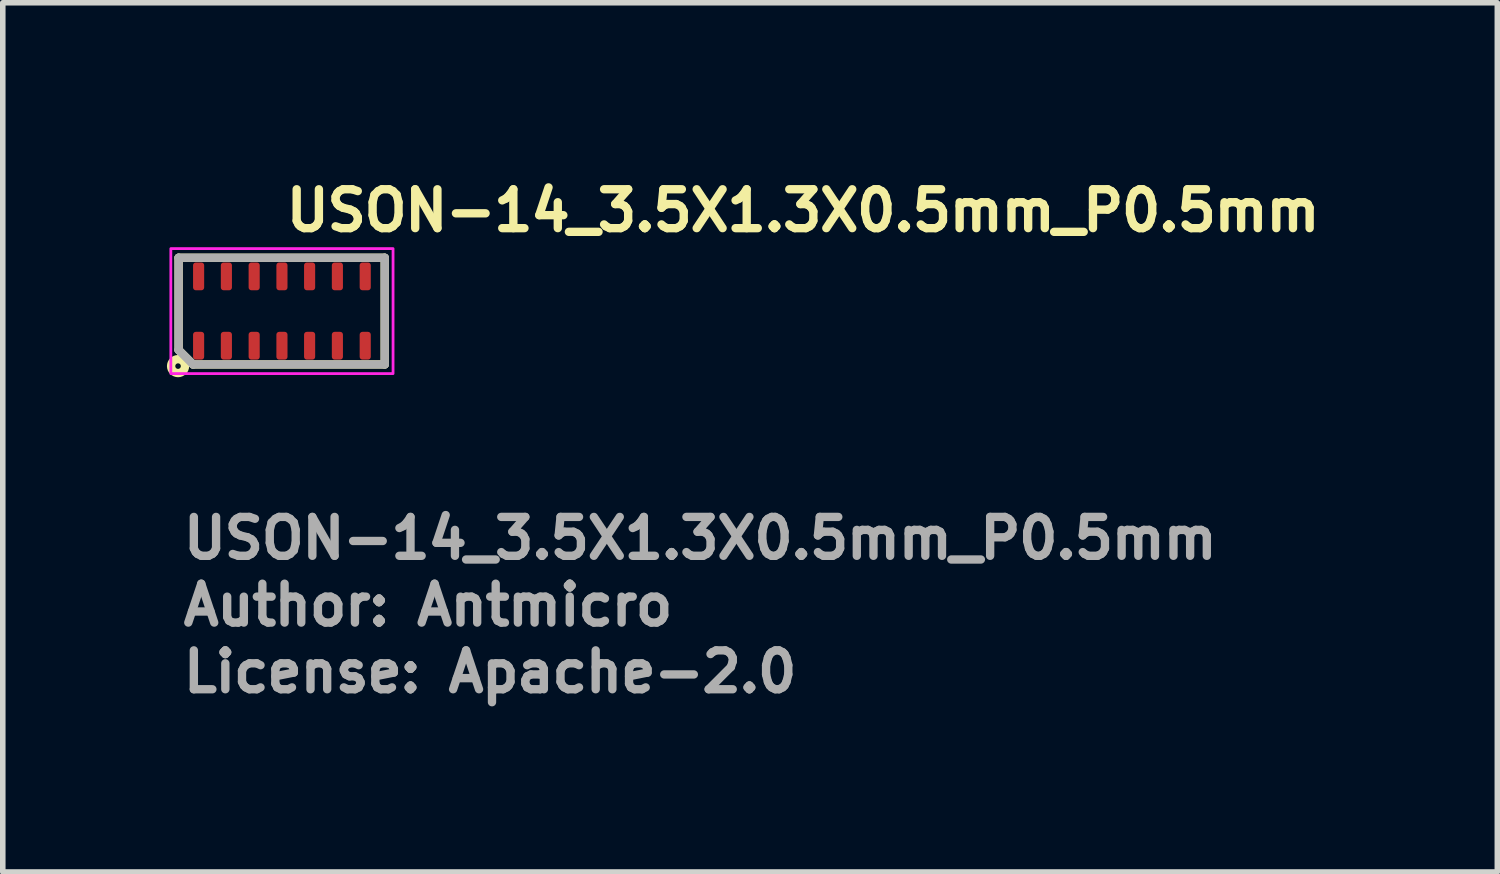
<source format=kicad_pcb>
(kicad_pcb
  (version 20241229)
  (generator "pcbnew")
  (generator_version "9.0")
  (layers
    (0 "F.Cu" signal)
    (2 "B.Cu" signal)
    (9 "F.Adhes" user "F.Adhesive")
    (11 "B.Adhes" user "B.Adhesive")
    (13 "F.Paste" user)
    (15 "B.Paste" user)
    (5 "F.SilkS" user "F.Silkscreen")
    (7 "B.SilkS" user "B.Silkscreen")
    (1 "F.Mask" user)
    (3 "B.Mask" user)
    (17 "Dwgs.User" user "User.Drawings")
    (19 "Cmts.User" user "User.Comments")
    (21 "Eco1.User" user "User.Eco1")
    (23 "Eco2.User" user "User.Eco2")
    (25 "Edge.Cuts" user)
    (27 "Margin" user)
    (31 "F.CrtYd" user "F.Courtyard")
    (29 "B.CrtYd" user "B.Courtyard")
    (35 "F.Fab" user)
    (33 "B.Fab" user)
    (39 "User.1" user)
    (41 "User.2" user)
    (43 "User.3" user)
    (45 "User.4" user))
  (footprint "USON-14_3.5X1.3X0.5mm_P0.5mm"
    (layer "F.Cu")
    (at 2.025 2.55)
    (property "Reference" "USON-14_3.5X1.3X0.5mm_P0.5mm" (at 0 -1.4 180) (layer "F.SilkS") (effects (font (size 0.7 0.7) (thickness 0.15)) (justify left bottom)))
    (attr smd)
    (fp_line (start -1.86 -0.96) (end 1.85 -0.96) (stroke (width 0.15) (type solid)) (layer "F.SilkS"))
    (fp_line (start -1.86 0.7) (end -1.86 -0.96) (stroke (width 0.15) (type solid)) (layer "F.SilkS"))
    (fp_line (start -1.86 0.7) (end -1.6 0.96) (stroke (width 0.15) (type default)) (layer "F.SilkS"))
    (fp_line (start 1.85 -0.96) (end 1.85 0.96) (stroke (width 0.15) (type solid)) (layer "F.SilkS"))
    (fp_line (start 1.85 0.96) (end -1.6 0.96) (stroke (width 0.15) (type solid)) (layer "F.SilkS"))
    (fp_circle (center -1.87 0.99) (end -1.82 0.99) (stroke (width 0.15) (type solid)) (fill no) (layer "F.SilkS"))
    (fp_rect (start -2 -1.125) (end 2 1.125) (stroke (width 0.05) (type solid)) (fill no) (layer "F.CrtYd"))
    (fp_line (start -1.86 -0.96) (end -1.86 0.7) (stroke (width 0.15) (type solid)) (layer "F.Fab"))
    (fp_line (start -1.86 0.7) (end -1.6 0.96) (stroke (width 0.15) (type default)) (layer "F.Fab"))
    (fp_line (start -1.6 0.96) (end 1.85 0.96) (stroke (width 0.15) (type solid)) (layer "F.Fab"))
    (fp_line (start 1.85 -0.96) (end -1.86 -0.96) (stroke (width 0.15) (type solid)) (layer "F.Fab"))
    (fp_line (start 1.85 0.96) (end 1.85 -0.96) (stroke (width 0.15) (type solid)) (layer "F.Fab"))
    (fp_rect (start -1.75 -0.687) (end 1.749 0.685) (stroke (width 0.1) (type solid)) (fill no) (layer "User.5"))
    (fp_line (start -1.75 -0.677) (end -1.75 0.675) (stroke (width 0.02) (type solid)) (layer "User.9"))
    (fp_line (start -1.75 0.675) (end 1.749 0.675) (stroke (width 0.02) (type solid)) (layer "User.9"))
    (fp_line (start -1.601 -0.687) (end -1.601 -0.677) (stroke (width 0.02) (type solid)) (layer "User.9"))
    (fp_line (start -1.601 0.675) (end -1.601 0.685) (stroke (width 0.02) (type solid)) (layer "User.9"))
    (fp_line (start -1.601 0.685) (end -1.401 0.685) (stroke (width 0.02) (type solid)) (layer "User.9"))
    (fp_line (start -1.594 0.341) (end -1.594 0.348) (stroke (width 0.02) (type solid)) (layer "User.9"))
    (fp_line (start -1.594 0.348) (end -1.594 0.356) (stroke (width 0.02) (type solid)) (layer "User.9"))
    (fp_line (start -1.594 0.356) (end -1.594 0.363) (stroke (width 0.02) (type solid)) (layer "User.9"))
    (fp_line (start -1.594 0.364) (end -1.594 0.371) (stroke (width 0.02) (type solid)) (layer "User.9"))
    (fp_line (start -1.594 0.371) (end -1.594 0.378) (stroke (width 0.02) (type solid)) (layer "User.9"))
    (fp_line (start -1.594 0.378) (end -1.594 0.385) (stroke (width 0.02) (type solid)) (layer "User.9"))
    (fp_line (start -1.594 0.385) (end -1.592 0.393) (stroke (width 0.02) (type solid)) (layer "User.9"))
    (fp_line (start -1.592 0.332) (end -1.594 0.341) (stroke (width 0.02) (type solid)) (layer "User.9"))
    (fp_line (start -1.592 0.393) (end -1.59 0.4) (stroke (width 0.02) (type solid)) (layer "User.9"))
    (fp_line (start -1.59 0.325) (end -1.592 0.332) (stroke (width 0.02) (type solid)) (layer "User.9"))
    (fp_line (start -1.59 0.4) (end -1.588 0.408) (stroke (width 0.02) (type solid)) (layer "User.9"))
    (fp_line (start -1.588 0.318) (end -1.59 0.325) (stroke (width 0.02) (type solid)) (layer "User.9"))
    (fp_line (start -1.588 0.408) (end -1.586 0.415) (stroke (width 0.02) (type solid)) (layer "User.9"))
    (fp_line (start -1.586 0.311) (end -1.588 0.318) (stroke (width 0.02) (type solid)) (layer "User.9"))
    (fp_line (start -1.586 0.415) (end -1.584 0.422) (stroke (width 0.02) (type solid)) (layer "User.9"))
    (fp_line (start -1.584 0.305) (end -1.586 0.311) (stroke (width 0.02) (type solid)) (layer "User.9"))
    (fp_line (start -1.584 0.422) (end -1.58 0.429) (stroke (width 0.02) (type solid)) (layer "User.9"))
    (fp_line (start -1.58 0.298) (end -1.584 0.305) (stroke (width 0.02) (type solid)) (layer "User.9"))
    (fp_line (start -1.58 0.429) (end -1.576 0.435) (stroke (width 0.02) (type solid)) (layer "User.9"))
    (fp_line (start -1.576 0.292) (end -1.58 0.298) (stroke (width 0.02) (type solid)) (layer "User.9"))
    (fp_line (start -1.576 0.435) (end -1.574 0.44) (stroke (width 0.02) (type solid)) (layer "User.9"))
    (fp_line (start -1.574 0.286) (end -1.576 0.292) (stroke (width 0.02) (type solid)) (layer "User.9"))
    (fp_line (start -1.574 0.44) (end -1.57 0.446) (stroke (width 0.02) (type solid)) (layer "User.9"))
    (fp_line (start -1.57 0.28) (end -1.574 0.286) (stroke (width 0.02) (type solid)) (layer "User.9"))
    (fp_line (start -1.57 0.446) (end -1.566 0.452) (stroke (width 0.02) (type solid)) (layer "User.9"))
    (fp_line (start -1.566 0.273) (end -1.57 0.28) (stroke (width 0.02) (type solid)) (layer "User.9"))
    (fp_line (start -1.566 0.452) (end -1.56 0.458) (stroke (width 0.02) (type solid)) (layer "User.9"))
    (fp_line (start -1.56 0.267) (end -1.566 0.273) (stroke (width 0.02) (type solid)) (layer "User.9"))
    (fp_line (start -1.56 0.458) (end -1.556 0.463) (stroke (width 0.02) (type solid)) (layer "User.9"))
    (fp_line (start -1.556 0.262) (end -1.56 0.267) (stroke (width 0.02) (type solid)) (layer "User.9"))
    (fp_line (start -1.556 0.463) (end -1.552 0.47) (stroke (width 0.02) (type solid)) (layer "User.9"))
    (fp_line (start -1.552 0.256) (end -1.556 0.262) (stroke (width 0.02) (type solid)) (layer "User.9"))
    (fp_line (start -1.552 0.47) (end -1.546 0.474) (stroke (width 0.02) (type solid)) (layer "User.9"))
    (fp_line (start -1.546 0.252) (end -1.552 0.256) (stroke (width 0.02) (type solid)) (layer "User.9"))
    (fp_line (start -1.546 0.474) (end -1.54 0.479) (stroke (width 0.02) (type solid)) (layer "User.9"))
    (fp_line (start -1.54 0.247) (end -1.546 0.252) (stroke (width 0.02) (type solid)) (layer "User.9"))
    (fp_line (start -1.54 0.479) (end -1.535 0.484) (stroke (width 0.02) (type solid)) (layer "User.9"))
    (fp_line (start -1.535 0.242) (end -1.54 0.247) (stroke (width 0.02) (type solid)) (layer "User.9"))
    (fp_line (start -1.535 0.484) (end -1.529 0.488) (stroke (width 0.02) (type solid)) (layer "User.9"))
    (fp_line (start -1.529 0.238) (end -1.535 0.242) (stroke (width 0.02) (type solid)) (layer "User.9"))
    (fp_line (start -1.529 0.488) (end -1.523 0.492) (stroke (width 0.02) (type solid)) (layer "User.9"))
    (fp_line (start -1.523 0.234) (end -1.529 0.238) (stroke (width 0.02) (type solid)) (layer "User.9"))
    (fp_line (start -1.523 0.492) (end -1.517 0.495) (stroke (width 0.02) (type solid)) (layer "User.9"))
    (fp_line (start -1.517 0.231) (end -1.523 0.234) (stroke (width 0.02) (type solid)) (layer "User.9"))
    (fp_line (start -1.517 0.495) (end -1.511 0.499) (stroke (width 0.02) (type solid)) (layer "User.9"))
    (fp_line (start -1.511 0.227) (end -1.517 0.231) (stroke (width 0.02) (type solid)) (layer "User.9"))
    (fp_line (start -1.511 0.499) (end -1.503 0.501) (stroke (width 0.02) (type solid)) (layer "User.9"))
    (fp_line (start -1.503 0.224) (end -1.511 0.227) (stroke (width 0.02) (type solid)) (layer "User.9"))
    (fp_line (start -1.503 0.501) (end -1.497 0.503) (stroke (width 0.02) (type solid)) (layer "User.9"))
    (fp_line (start -1.497 0.222) (end -1.503 0.224) (stroke (width 0.02) (type solid)) (layer "User.9"))
    (fp_line (start -1.497 0.503) (end -1.489 0.506) (stroke (width 0.02) (type solid)) (layer "User.9"))
    (fp_line (start -1.489 0.219) (end -1.497 0.222) (stroke (width 0.02) (type solid)) (layer "User.9"))
    (fp_line (start -1.489 0.506) (end -1.483 0.508) (stroke (width 0.02) (type solid)) (layer "User.9"))
    (fp_line (start -1.483 0.217) (end -1.489 0.219) (stroke (width 0.02) (type solid)) (layer "User.9"))
    (fp_line (start -1.483 0.508) (end -1.475 0.509) (stroke (width 0.02) (type solid)) (layer "User.9"))
    (fp_line (start -1.475 0.216) (end -1.483 0.217) (stroke (width 0.02) (type solid)) (layer "User.9"))
    (fp_line (start -1.475 0.509) (end -1.467 0.511) (stroke (width 0.02) (type solid)) (layer "User.9"))
    (fp_line (start -1.467 0.214) (end -1.475 0.216) (stroke (width 0.02) (type solid)) (layer "User.9"))
    (fp_line (start -1.467 0.511) (end -1.461 0.512) (stroke (width 0.02) (type solid)) (layer "User.9"))
    (fp_line (start -1.461 0.213) (end -1.467 0.214) (stroke (width 0.02) (type solid)) (layer "User.9"))
    (fp_line (start -1.461 0.512) (end -1.453 0.512) (stroke (width 0.02) (type solid)) (layer "User.9"))
    (fp_line (start -1.453 0.213) (end -1.461 0.213) (stroke (width 0.02) (type solid)) (layer "User.9"))
    (fp_line (start -1.453 0.512) (end -1.445 0.512) (stroke (width 0.02) (type solid)) (layer "User.9"))
    (fp_line (start -1.445 0.213) (end -1.453 0.213) (stroke (width 0.02) (type solid)) (layer "User.9"))
    (fp_line (start -1.445 0.213) (end -1.445 0.213) (stroke (width 0.02) (type solid)) (layer "User.9"))
    (fp_line (start -1.445 0.512) (end -1.445 0.512) (stroke (width 0.02) (type solid)) (layer "User.9"))
    (fp_line (start -1.445 0.512) (end -1.437 0.512) (stroke (width 0.02) (type solid)) (layer "User.9"))
    (fp_line (start -1.437 0.213) (end -1.445 0.213) (stroke (width 0.02) (type solid)) (layer "User.9"))
    (fp_line (start -1.437 0.512) (end -1.429 0.512) (stroke (width 0.02) (type solid)) (layer "User.9"))
    (fp_line (start -1.429 0.213) (end -1.437 0.213) (stroke (width 0.02) (type solid)) (layer "User.9"))
    (fp_line (start -1.429 0.512) (end -1.423 0.511) (stroke (width 0.02) (type solid)) (layer "User.9"))
    (fp_line (start -1.423 0.214) (end -1.429 0.213) (stroke (width 0.02) (type solid)) (layer "User.9"))
    (fp_line (start -1.423 0.511) (end -1.415 0.509) (stroke (width 0.02) (type solid)) (layer "User.9"))
    (fp_line (start -1.415 0.216) (end -1.423 0.214) (stroke (width 0.02) (type solid)) (layer "User.9"))
    (fp_line (start -1.415 0.509) (end -1.408 0.508) (stroke (width 0.02) (type solid)) (layer "User.9"))
    (fp_line (start -1.408 0.217) (end -1.415 0.216) (stroke (width 0.02) (type solid)) (layer "User.9"))
    (fp_line (start -1.408 0.508) (end -1.4 0.506) (stroke (width 0.02) (type solid)) (layer "User.9"))
    (fp_line (start -1.401 -0.687) (end -1.601 -0.687) (stroke (width 0.02) (type solid)) (layer "User.9"))
    (fp_line (start -1.401 -0.677) (end -1.401 -0.687) (stroke (width 0.02) (type solid)) (layer "User.9"))
    (fp_line (start -1.401 0.685) (end -1.401 0.675) (stroke (width 0.02) (type solid)) (layer "User.9"))
    (fp_line (start -1.4 0.219) (end -1.408 0.217) (stroke (width 0.02) (type solid)) (layer "User.9"))
    (fp_line (start -1.4 0.506) (end -1.394 0.503) (stroke (width 0.02) (type solid)) (layer "User.9"))
    (fp_line (start -1.394 0.222) (end -1.4 0.219) (stroke (width 0.02) (type solid)) (layer "User.9"))
    (fp_line (start -1.394 0.503) (end -1.386 0.501) (stroke (width 0.02) (type solid)) (layer "User.9"))
    (fp_line (start -1.386 0.224) (end -1.394 0.222) (stroke (width 0.02) (type solid)) (layer "User.9"))
    (fp_line (start -1.386 0.501) (end -1.38 0.499) (stroke (width 0.02) (type solid)) (layer "User.9"))
    (fp_line (start -1.38 0.227) (end -1.386 0.224) (stroke (width 0.02) (type solid)) (layer "User.9"))
    (fp_line (start -1.38 0.499) (end -1.374 0.495) (stroke (width 0.02) (type solid)) (layer "User.9"))
    (fp_line (start -1.374 0.231) (end -1.38 0.227) (stroke (width 0.02) (type solid)) (layer "User.9"))
    (fp_line (start -1.374 0.495) (end -1.368 0.492) (stroke (width 0.02) (type solid)) (layer "User.9"))
    (fp_line (start -1.368 0.234) (end -1.374 0.231) (stroke (width 0.02) (type solid)) (layer "User.9"))
    (fp_line (start -1.368 0.492) (end -1.362 0.488) (stroke (width 0.02) (type solid)) (layer "User.9"))
    (fp_line (start -1.362 0.238) (end -1.368 0.234) (stroke (width 0.02) (type solid)) (layer "User.9"))
    (fp_line (start -1.362 0.488) (end -1.356 0.484) (stroke (width 0.02) (type solid)) (layer "User.9"))
    (fp_line (start -1.356 0.242) (end -1.362 0.238) (stroke (width 0.02) (type solid)) (layer "User.9"))
    (fp_line (start -1.356 0.484) (end -1.35 0.479) (stroke (width 0.02) (type solid)) (layer "User.9"))
    (fp_line (start -1.35 0.247) (end -1.356 0.242) (stroke (width 0.02) (type solid)) (layer "User.9"))
    (fp_line (start -1.35 0.479) (end -1.344 0.474) (stroke (width 0.02) (type solid)) (layer "User.9"))
    (fp_line (start -1.344 0.252) (end -1.35 0.247) (stroke (width 0.02) (type solid)) (layer "User.9"))
    (fp_line (start -1.344 0.474) (end -1.338 0.47) (stroke (width 0.02) (type solid)) (layer "User.9"))
    (fp_line (start -1.338 0.256) (end -1.344 0.252) (stroke (width 0.02) (type solid)) (layer "User.9"))
    (fp_line (start -1.338 0.47) (end -1.334 0.463) (stroke (width 0.02) (type solid)) (layer "User.9"))
    (fp_line (start -1.334 0.262) (end -1.338 0.256) (stroke (width 0.02) (type solid)) (layer "User.9"))
    (fp_line (start -1.334 0.463) (end -1.33 0.458) (stroke (width 0.02) (type solid)) (layer "User.9"))
    (fp_line (start -1.33 0.267) (end -1.334 0.262) (stroke (width 0.02) (type solid)) (layer "User.9"))
    (fp_line (start -1.33 0.458) (end -1.324 0.452) (stroke (width 0.02) (type solid)) (layer "User.9"))
    (fp_line (start -1.324 0.273) (end -1.33 0.267) (stroke (width 0.02) (type solid)) (layer "User.9"))
    (fp_line (start -1.324 0.452) (end -1.32 0.446) (stroke (width 0.02) (type solid)) (layer "User.9"))
    (fp_line (start -1.32 0.28) (end -1.324 0.273) (stroke (width 0.02) (type solid)) (layer "User.9"))
    (fp_line (start -1.32 0.446) (end -1.316 0.44) (stroke (width 0.02) (type solid)) (layer "User.9"))
    (fp_line (start -1.316 0.286) (end -1.32 0.28) (stroke (width 0.02) (type solid)) (layer "User.9"))
    (fp_line (start -1.316 0.44) (end -1.314 0.435) (stroke (width 0.02) (type solid)) (layer "User.9"))
    (fp_line (start -1.314 0.292) (end -1.316 0.286) (stroke (width 0.02) (type solid)) (layer "User.9"))
    (fp_line (start -1.314 0.435) (end -1.31 0.429) (stroke (width 0.02) (type solid)) (layer "User.9"))
    (fp_line (start -1.31 0.298) (end -1.314 0.292) (stroke (width 0.02) (type solid)) (layer "User.9"))
    (fp_line (start -1.31 0.429) (end -1.306 0.422) (stroke (width 0.02) (type solid)) (layer "User.9"))
    (fp_line (start -1.306 0.305) (end -1.31 0.298) (stroke (width 0.02) (type solid)) (layer "User.9"))
    (fp_line (start -1.306 0.422) (end -1.304 0.415) (stroke (width 0.02) (type solid)) (layer "User.9"))
    (fp_line (start -1.304 0.311) (end -1.306 0.305) (stroke (width 0.02) (type solid)) (layer "User.9"))
    (fp_line (start -1.304 0.415) (end -1.302 0.408) (stroke (width 0.02) (type solid)) (layer "User.9"))
    (fp_line (start -1.302 0.318) (end -1.304 0.311) (stroke (width 0.02) (type solid)) (layer "User.9"))
    (fp_line (start -1.302 0.408) (end -1.3 0.4) (stroke (width 0.02) (type solid)) (layer "User.9"))
    (fp_line (start -1.3 0.325) (end -1.302 0.318) (stroke (width 0.02) (type solid)) (layer "User.9"))
    (fp_line (start -1.3 0.4) (end -1.298 0.393) (stroke (width 0.02) (type solid)) (layer "User.9"))
    (fp_line (start -1.298 0.332) (end -1.3 0.325) (stroke (width 0.02) (type solid)) (layer "User.9"))
    (fp_line (start -1.298 0.393) (end -1.296 0.385) (stroke (width 0.02) (type solid)) (layer "User.9"))
    (fp_line (start -1.296 0.341) (end -1.298 0.332) (stroke (width 0.02) (type solid)) (layer "User.9"))
    (fp_line (start -1.296 0.348) (end -1.296 0.341) (stroke (width 0.02) (type solid)) (layer "User.9"))
    (fp_line (start -1.296 0.356) (end -1.296 0.348) (stroke (width 0.02) (type solid)) (layer "User.9"))
    (fp_line (start -1.296 0.364) (end -1.296 0.356) (stroke (width 0.02) (type solid)) (layer "User.9"))
    (fp_line (start -1.296 0.371) (end -1.296 0.364) (stroke (width 0.02) (type solid)) (layer "User.9"))
    (fp_line (start -1.296 0.378) (end -1.296 0.371) (stroke (width 0.02) (type solid)) (layer "User.9"))
    (fp_line (start -1.296 0.385) (end -1.296 0.378) (stroke (width 0.02) (type solid)) (layer "User.9"))
    (fp_line (start -1.101 -0.687) (end -1.101 -0.677) (stroke (width 0.02) (type solid)) (layer "User.9"))
    (fp_line (start -1.101 0.675) (end -1.101 0.685) (stroke (width 0.02) (type solid)) (layer "User.9"))
    (fp_line (start -1.101 0.685) (end -0.902 0.685) (stroke (width 0.02) (type solid)) (layer "User.9"))
    (fp_line (start -0.902 -0.687) (end -1.101 -0.687) (stroke (width 0.02) (type solid)) (layer "User.9"))
    (fp_line (start -0.902 -0.677) (end -0.902 -0.687) (stroke (width 0.02) (type solid)) (layer "User.9"))
    (fp_line (start -0.902 0.685) (end -0.902 0.675) (stroke (width 0.02) (type solid)) (layer "User.9"))
    (fp_line (start -0.6 -0.687) (end -0.6 -0.677) (stroke (width 0.02) (type solid)) (layer "User.9"))
    (fp_line (start -0.6 0.675) (end -0.6 0.685) (stroke (width 0.02) (type solid)) (layer "User.9"))
    (fp_line (start -0.6 0.685) (end -0.402 0.685) (stroke (width 0.02) (type solid)) (layer "User.9"))
    (fp_line (start -0.402 -0.687) (end -0.6 -0.687) (stroke (width 0.02) (type solid)) (layer "User.9"))
    (fp_line (start -0.402 -0.677) (end -0.402 -0.687) (stroke (width 0.02) (type solid)) (layer "User.9"))
    (fp_line (start -0.402 0.685) (end -0.402 0.675) (stroke (width 0.02) (type solid)) (layer "User.9"))
    (fp_line (start -0.102 -0.687) (end -0.102 -0.677) (stroke (width 0.02) (type solid)) (layer "User.9"))
    (fp_line (start -0.102 0.675) (end -0.102 0.685) (stroke (width 0.02) (type solid)) (layer "User.9"))
    (fp_line (start -0.102 0.685) (end 0.1 0.685) (stroke (width 0.02) (type solid)) (layer "User.9"))
    (fp_line (start 0.1 -0.687) (end -0.102 -0.687) (stroke (width 0.02) (type solid)) (layer "User.9"))
    (fp_line (start 0.1 -0.677) (end 0.1 -0.687) (stroke (width 0.02) (type solid)) (layer "User.9"))
    (fp_line (start 0.1 0.685) (end 0.1 0.675) (stroke (width 0.02) (type solid)) (layer "User.9"))
    (fp_line (start 0.4 -0.687) (end 0.4 -0.677) (stroke (width 0.02) (type solid)) (layer "User.9"))
    (fp_line (start 0.4 0.675) (end 0.4 0.685) (stroke (width 0.02) (type solid)) (layer "User.9"))
    (fp_line (start 0.4 0.685) (end 0.598 0.685) (stroke (width 0.02) (type solid)) (layer "User.9"))
    (fp_line (start 0.598 -0.687) (end 0.4 -0.687) (stroke (width 0.02) (type solid)) (layer "User.9"))
    (fp_line (start 0.598 -0.677) (end 0.598 -0.687) (stroke (width 0.02) (type solid)) (layer "User.9"))
    (fp_line (start 0.598 0.685) (end 0.598 0.675) (stroke (width 0.02) (type solid)) (layer "User.9"))
    (fp_line (start 0.9 -0.687) (end 0.9 -0.677) (stroke (width 0.02) (type solid)) (layer "User.9"))
    (fp_line (start 0.9 0.675) (end 0.9 0.685) (stroke (width 0.02) (type solid)) (layer "User.9"))
    (fp_line (start 0.9 0.685) (end 1.1 0.685) (stroke (width 0.02) (type solid)) (layer "User.9"))
    (fp_line (start 1.1 -0.687) (end 0.9 -0.687) (stroke (width 0.02) (type solid)) (layer "User.9"))
    (fp_line (start 1.1 -0.677) (end 1.1 -0.687) (stroke (width 0.02) (type solid)) (layer "User.9"))
    (fp_line (start 1.1 0.685) (end 1.1 0.675) (stroke (width 0.02) (type solid)) (layer "User.9"))
    (fp_line (start 1.398 -0.687) (end 1.398 -0.677) (stroke (width 0.02) (type solid)) (layer "User.9"))
    (fp_line (start 1.398 0.675) (end 1.398 0.685) (stroke (width 0.02) (type solid)) (layer "User.9"))
    (fp_line (start 1.398 0.685) (end 1.6 0.685) (stroke (width 0.02) (type solid)) (layer "User.9"))
    (fp_line (start 1.6 -0.687) (end 1.398 -0.687) (stroke (width 0.02) (type solid)) (layer "User.9"))
    (fp_line (start 1.6 -0.677) (end 1.6 -0.687) (stroke (width 0.02) (type solid)) (layer "User.9"))
    (fp_line (start 1.6 0.685) (end 1.6 0.675) (stroke (width 0.02) (type solid)) (layer "User.9"))
    (fp_line (start 1.749 -0.677) (end -1.75 -0.677) (stroke (width 0.02) (type solid)) (layer "User.9"))
    (fp_line (start 1.749 0.675) (end 1.749 -0.677) (stroke (width 0.02) (type solid)) (layer "User.9"))
    (fp_text user "${REFERENCE}" (at -1.851 4.498 0) (layer "F.Fab") (effects (font (size 0.7 0.7) (thickness 0.15)) (justify left bottom)))
    (fp_text user "License: Apache-2.0" (at -1.851 6.9 0) (layer "F.Fab") (effects (font (size 0.7 0.7) (thickness 0.15)) (justify left bottom)))
    (fp_text user "Author: Antmicro" (at -1.851 5.7 0) (layer "F.Fab") (effects (font (size 0.7 0.7) (thickness 0.15)) (justify left bottom)))
    (pad "1" smd roundrect (at -1.5 0.623) (size 0.2 0.5) (layers "F.Cu" "F.Mask" "F.Paste") (roundrect_rratio 0.25))
    (pad "2" smd roundrect (at -1 0.623) (size 0.2 0.5) (layers "F.Cu" "F.Mask" "F.Paste") (roundrect_rratio 0.25))
    (pad "3" smd roundrect (at -0.5 0.623) (size 0.2 0.5) (layers "F.Cu" "F.Mask" "F.Paste") (roundrect_rratio 0.25))
    (pad "4" smd roundrect (at 0 0.623) (size 0.2 0.5) (layers "F.Cu" "F.Mask" "F.Paste") (roundrect_rratio 0.25))
    (pad "5" smd roundrect (at 0.498 0.623) (size 0.2 0.5) (layers "F.Cu" "F.Mask" "F.Paste") (roundrect_rratio 0.25))
    (pad "6" smd roundrect (at 0.998 0.623) (size 0.2 0.5) (layers "F.Cu" "F.Mask" "F.Paste") (roundrect_rratio 0.25))
    (pad "7" smd roundrect (at 1.499 0.623) (size 0.2 0.5) (layers "F.Cu" "F.Mask" "F.Paste") (roundrect_rratio 0.25))
    (pad "8" smd roundrect (at 1.499 -0.625) (size 0.2 0.5) (layers "F.Cu" "F.Mask" "F.Paste") (roundrect_rratio 0.25))
    (pad "9" smd roundrect (at 0.998 -0.625) (size 0.2 0.5) (layers "F.Cu" "F.Mask" "F.Paste") (roundrect_rratio 0.25))
    (pad "10" smd roundrect (at 0.498 -0.625) (size 0.2 0.5) (layers "F.Cu" "F.Mask" "F.Paste") (roundrect_rratio 0.25))
    (pad "11" smd roundrect (at 0 -0.625) (size 0.2 0.5) (layers "F.Cu" "F.Mask" "F.Paste") (roundrect_rratio 0.25))
    (pad "12" smd roundrect (at -0.5 -0.625) (size 0.2 0.5) (layers "F.Cu" "F.Mask" "F.Paste") (roundrect_rratio 0.25))
    (pad "13" smd roundrect (at -1 -0.625) (size 0.2 0.5) (layers "F.Cu" "F.Mask" "F.Paste") (roundrect_rratio 0.25))
    (pad "14" smd roundrect (at -1.5 -0.625) (size 0.2 0.5) (layers "F.Cu" "F.Mask" "F.Paste") (roundrect_rratio 0.25)))
  (gr_rect
    (start -3 -3)
    (end 23.902 12.646)
    (stroke (width 0.1) (type default))
    (fill no)
    (layer "Edge.Cuts")))
</source>
